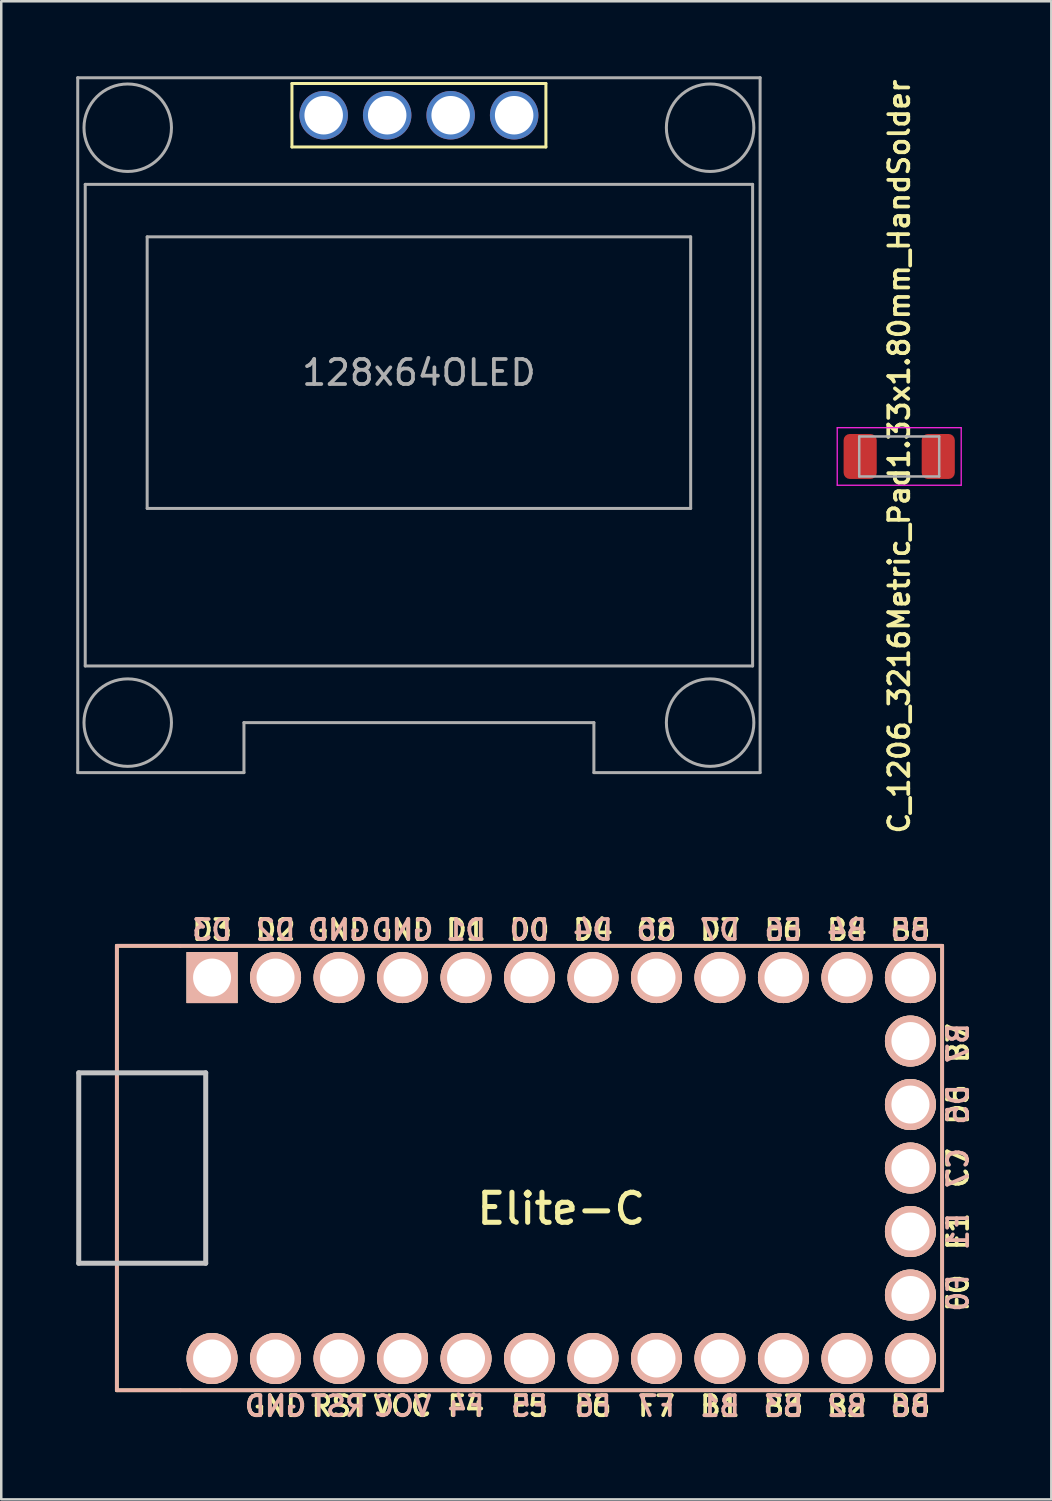
<source format=kicad_pcb>
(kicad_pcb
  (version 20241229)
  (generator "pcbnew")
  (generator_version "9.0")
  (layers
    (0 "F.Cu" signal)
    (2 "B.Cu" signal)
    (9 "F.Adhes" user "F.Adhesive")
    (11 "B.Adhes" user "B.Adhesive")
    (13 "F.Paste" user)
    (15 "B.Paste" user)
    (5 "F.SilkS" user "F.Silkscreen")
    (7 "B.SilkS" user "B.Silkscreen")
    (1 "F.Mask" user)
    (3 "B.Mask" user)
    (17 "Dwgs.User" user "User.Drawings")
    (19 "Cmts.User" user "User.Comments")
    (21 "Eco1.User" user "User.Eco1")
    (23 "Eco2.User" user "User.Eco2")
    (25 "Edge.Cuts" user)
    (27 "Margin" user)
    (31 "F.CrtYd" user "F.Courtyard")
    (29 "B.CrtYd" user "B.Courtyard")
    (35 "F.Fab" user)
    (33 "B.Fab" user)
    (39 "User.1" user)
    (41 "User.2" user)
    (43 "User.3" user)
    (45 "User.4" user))
  (footprint "128x64OLED"
    (layer "F.Cu")
    (at 13.71 13.96)
    (property "Reference" "128x64OLED" (at 0 -2.102 0) (layer "F.Fab") (effects (font (size 1 1) (thickness 0.15))))
    (attr through_hole)
    (fp_line (start -5.08 -13.67) (end 5.08 -13.67) (stroke (width 0.12) (type solid)) (layer "F.SilkS"))
    (fp_line (start -5.08 -11.13) (end -5.08 -13.67) (stroke (width 0.12) (type solid)) (layer "F.SilkS"))
    (fp_line (start 5.08 -13.67) (end 5.08 -11.13) (stroke (width 0.12) (type solid)) (layer "F.SilkS"))
    (fp_line (start 5.08 -11.13) (end -5.08 -11.13) (stroke (width 0.12) (type solid)) (layer "F.SilkS"))
    (fp_line (start -13.65 -13.9) (end 13.65 -13.9) (stroke (width 0.12) (type solid)) (layer "F.Fab"))
    (fp_line (start -13.65 13.9) (end -13.65 -13.9) (stroke (width 0.12) (type solid)) (layer "F.Fab"))
    (fp_line (start -13.65 13.9) (end -7 13.9) (stroke (width 0.12) (type solid)) (layer "F.Fab"))
    (fp_line (start -13.35 -9.634) (end 13.35 -9.634) (stroke (width 0.12) (type solid)) (layer "F.Fab"))
    (fp_line (start -13.35 9.634) (end -13.35 -9.634) (stroke (width 0.12) (type solid)) (layer "F.Fab"))
    (fp_line (start -13.35 9.634) (end 13.35 9.634) (stroke (width 0.12) (type solid)) (layer "F.Fab"))
    (fp_line (start -10.872 -7.534) (end -10.872 3.33) (stroke (width 0.12) (type solid)) (layer "F.Fab"))
    (fp_line (start -10.872 -7.534) (end 10.872 -7.534) (stroke (width 0.12) (type solid)) (layer "F.Fab"))
    (fp_line (start -7 11.9) (end -7 13.9) (stroke (width 0.12) (type solid)) (layer "F.Fab"))
    (fp_line (start 7 11.9) (end -7 11.9) (stroke (width 0.12) (type solid)) (layer "F.Fab"))
    (fp_line (start 7 11.9) (end 7 13.9) (stroke (width 0.12) (type solid)) (layer "F.Fab"))
    (fp_line (start 10.872 3.33) (end -10.872 3.33) (stroke (width 0.12) (type solid)) (layer "F.Fab"))
    (fp_line (start 10.872 3.33) (end 10.872 -7.534) (stroke (width 0.12) (type solid)) (layer "F.Fab"))
    (fp_line (start 13.35 9.634) (end 13.35 -9.634) (stroke (width 0.12) (type solid)) (layer "F.Fab"))
    (fp_line (start 13.65 13.9) (end 7 13.9) (stroke (width 0.12) (type solid)) (layer "F.Fab"))
    (fp_line (start 13.65 13.9) (end 13.65 -13.9) (stroke (width 0.12) (type solid)) (layer "F.Fab"))
    (fp_circle (center -11.65 -11.9) (end -9.9 -11.9) (stroke (width 0.12) (type solid)) (fill no) (layer "F.Fab"))
    (fp_circle (center -11.65 11.9) (end -9.9 11.9) (stroke (width 0.12) (type solid)) (fill no) (layer "F.Fab"))
    (fp_circle (center 11.65 -11.9) (end 13.4 -11.9) (stroke (width 0.12) (type solid)) (fill no) (layer "F.Fab"))
    (fp_circle (center 11.65 11.9) (end 13.4 11.9) (stroke (width 0.12) (type solid)) (fill no) (layer "F.Fab"))
    (pad "1" thru_hole circle (at 3.81 -12.4 90) (size 1.94 1.94) (drill 1.54) (layers "*.Cu" "*.Mask"))
    (pad "2" thru_hole circle (at 1.27 -12.4 90) (size 1.94 1.94) (drill 1.54) (layers "*.Cu" "*.Mask"))
    (pad "3" thru_hole circle (at -1.27 -12.4 90) (size 1.94 1.94) (drill 1.54) (layers "*.Cu" "*.Mask"))
    (pad "4" thru_hole circle (at -3.81 -12.4 90) (size 1.94 1.94) (drill 1.54) (layers "*.Cu" "*.Mask")))
  (footprint "C_1206_3216Metric_Pad1.33x1.80mm_HandSolder"
    (layer "F.Cu")
    (at 32.925 15.212)
    (property "Reference" "C_1206_3216Metric_Pad1.33x1.80mm_HandSolder" (at 0 0 90) (layer "F.SilkS") (effects (font (size 0.8 0.8) (thickness 0.15))))
    (attr smd)
    (fp_line (start -2.48 -1.15) (end 2.48 -1.15) (stroke (width 0.05) (type solid)) (layer "F.CrtYd"))
    (fp_line (start -2.48 1.15) (end -2.48 -1.15) (stroke (width 0.05) (type solid)) (layer "F.CrtYd"))
    (fp_line (start 2.48 -1.15) (end 2.48 1.15) (stroke (width 0.05) (type solid)) (layer "F.CrtYd"))
    (fp_line (start 2.48 1.15) (end -2.48 1.15) (stroke (width 0.05) (type solid)) (layer "F.CrtYd"))
    (fp_line (start -1.6 -0.8) (end 1.6 -0.8) (stroke (width 0.1) (type solid)) (layer "F.Fab"))
    (fp_line (start -1.6 0.8) (end -1.6 -0.8) (stroke (width 0.1) (type solid)) (layer "F.Fab"))
    (fp_line (start 1.6 -0.8) (end 1.6 0.8) (stroke (width 0.1) (type solid)) (layer "F.Fab"))
    (fp_line (start 1.6 0.8) (end -1.6 0.8) (stroke (width 0.1) (type solid)) (layer "F.Fab"))
    (pad "1" smd roundrect (at -1.562 0) (size 1.325 1.8) (layers "F.Cu" "F.Mask" "F.Paste") (roundrect_rratio 0.189))
    (pad "2" smd roundrect (at 1.562 0) (size 1.325 1.8) (layers "F.Cu" "F.Mask" "F.Paste") (roundrect_rratio 0.189)))
  (footprint "Elite-C"
    (layer "F.Cu")
    (at 19.404 43.68)
    (property "Reference" "Elite-C" (at 0 1.625 0) (layer "F.SilkS") (effects (font (size 1.2 1.2) (thickness 0.203))))
    (attr through_hole)
    (fp_line (start -17.78 -8.89) (end 15.24 -8.89) (stroke (width 0.15) (type solid)) (layer "F.SilkS"))
    (fp_line (start -17.78 8.89) (end -17.78 -8.89) (stroke (width 0.15) (type solid)) (layer "F.SilkS"))
    (fp_line (start 15.24 -8.89) (end 15.24 8.89) (stroke (width 0.15) (type solid)) (layer "F.SilkS"))
    (fp_line (start 15.24 8.89) (end -17.78 8.89) (stroke (width 0.15) (type solid)) (layer "F.SilkS"))
    (fp_line (start -17.78 -8.89) (end -15.24 -8.89) (stroke (width 0.15) (type solid)) (layer "B.SilkS"))
    (fp_line (start -17.78 8.89) (end -17.78 -8.89) (stroke (width 0.15) (type solid)) (layer "B.SilkS"))
    (fp_line (start -15.24 -8.89) (end 15.24 -8.89) (stroke (width 0.15) (type solid)) (layer "B.SilkS"))
    (fp_line (start -15.24 8.89) (end -17.78 8.89) (stroke (width 0.15) (type solid)) (layer "B.SilkS"))
    (fp_line (start 15.24 -8.89) (end 15.24 8.89) (stroke (width 0.15) (type solid)) (layer "B.SilkS"))
    (fp_line (start 15.24 8.89) (end -15.24 8.89) (stroke (width 0.15) (type solid)) (layer "B.SilkS"))
    (fp_line (start -19.304 -3.81) (end -19.304 3.81) (stroke (width 0.2) (type solid)) (layer "Dwgs.User"))
    (fp_line (start -19.304 3.81) (end -14.224 3.81) (stroke (width 0.2) (type solid)) (layer "Dwgs.User"))
    (fp_line (start -14.224 -3.81) (end -19.304 -3.81) (stroke (width 0.2) (type solid)) (layer "Dwgs.User"))
    (fp_line (start -14.224 3.81) (end -14.224 -3.81) (stroke (width 0.2) (type solid)) (layer "Dwgs.User"))
    (fp_text user "D2" (at -11.43 -9.525 0) (layer "F.SilkS") (effects (font (size 0.8 0.8) (thickness 0.15))))
    (fp_text user "F4" (at -3.81 9.525 0) (layer "F.SilkS") (effects (font (size 0.8 0.8) (thickness 0.15))))
    (fp_text user "B7" (at 15.875 -5 90) (layer "F.SilkS") (effects (font (size 0.8 0.8) (thickness 0.15))))
    (fp_text user "B2" (at 11.43 9.525 0) (layer "F.SilkS") (effects (font (size 0.8 0.8) (thickness 0.15))))
    (fp_text user "F6" (at 1.27 9.525 0) (layer "F.SilkS") (effects (font (size 0.8 0.8) (thickness 0.15))))
    (fp_text user "F0" (at 15.875 5 90) (layer "F.SilkS") (effects (font (size 0.8 0.8) (thickness 0.15))))
    (fp_text user "C7" (at 15.875 0 90) (layer "F.SilkS") (effects (font (size 0.8 0.8) (thickness 0.15))))
    (fp_text user "D0" (at -1.27 -9.525 0) (layer "F.SilkS") (effects (font (size 0.8 0.8) (thickness 0.15))))
    (fp_text user "D4" (at 1.27 -9.525 0) (layer "F.SilkS") (effects (font (size 0.8 0.8) (thickness 0.15))))
    (fp_text user "B4" (at 11.43 -9.525 0) (layer "F.SilkS") (effects (font (size 0.8 0.8) (thickness 0.15))))
    (fp_text user "GND" (at -8.89 -9.525 0) (layer "F.SilkS") (effects (font (size 0.8 0.8) (thickness 0.15))))
    (fp_text user "B3" (at 8.89 9.525 0) (layer "F.SilkS") (effects (font (size 0.8 0.8) (thickness 0.15))))
    (fp_text user "GND" (at -11.43 9.525 0) (layer "F.SilkS") (effects (font (size 0.8 0.8) (thickness 0.15))))
    (fp_text user "B6" (at 13.97 9.525 0) (layer "F.SilkS") (effects (font (size 0.8 0.8) (thickness 0.15))))
    (fp_text user "GND" (at -6.35 -9.525 0) (layer "F.SilkS") (effects (font (size 0.8 0.8) (thickness 0.15))))
    (fp_text user "B1" (at 6.35 9.525 0) (layer "F.SilkS") (effects (font (size 0.8 0.8) (thickness 0.15))))
    (fp_text user "B5" (at 13.97 -9.525 0) (layer "F.SilkS") (effects (font (size 0.8 0.8) (thickness 0.15))))
    (fp_text user "F5" (at -1.27 9.525 0) (layer "F.SilkS") (effects (font (size 0.8 0.8) (thickness 0.15))))
    (fp_text user "E6" (at 8.89 -9.525 0) (layer "F.SilkS") (effects (font (size 0.8 0.8) (thickness 0.15))))
    (fp_text user "C6" (at 3.81 -9.525 0) (layer "F.SilkS") (effects (font (size 0.8 0.8) (thickness 0.15))))
    (fp_text user "F7" (at 3.81 9.525 0) (layer "F.SilkS") (effects (font (size 0.8 0.8) (thickness 0.15))))
    (fp_text user "D1" (at -3.81 -9.525 0) (layer "F.SilkS") (effects (font (size 0.8 0.8) (thickness 0.15))))
    (fp_text user "F1" (at 15.875 2.54 90) (layer "F.SilkS") (effects (font (size 0.8 0.8) (thickness 0.15))))
    (fp_text user "D7" (at 6.35 -9.525 0) (layer "F.SilkS") (effects (font (size 0.8 0.8) (thickness 0.15))))
    (fp_text user "RST" (at -8.89 9.525 0) (layer "F.SilkS") (effects (font (size 0.8 0.8) (thickness 0.15))))
    (fp_text user "D3" (at -13.97 -9.525 0) (layer "F.SilkS") (effects (font (size 0.8 0.8) (thickness 0.15))))
    (fp_text user "D5" (at 15.875 -2.54 90) (layer "F.SilkS") (effects (font (size 0.8 0.8) (thickness 0.15))))
    (fp_text user "VCC" (at -6.35 9.525 0) (layer "F.SilkS") (effects (font (size 0.8 0.8) (thickness 0.15))))
    (fp_text user "F0" (at 15.875 5 90) (layer "B.SilkS") (effects (font (size 0.8 0.8) (thickness 0.15)) (justify mirror)))
    (fp_text user "D0" (at -1.27 -9.525 0) (layer "B.SilkS") (effects (font (size 0.8 0.8) (thickness 0.15)) (justify mirror)))
    (fp_text user "D4" (at 1.27 -9.525 0) (layer "B.SilkS") (effects (font (size 0.8 0.8) (thickness 0.15)) (justify mirror)))
    (fp_text user "B7" (at 15.875 -5 90) (layer "B.SilkS") (effects (font (size 0.8 0.8) (thickness 0.15)) (justify mirror)))
    (fp_text user "D1" (at -3.81 -9.525 0) (layer "B.SilkS") (effects (font (size 0.8 0.8) (thickness 0.15)) (justify mirror)))
    (fp_text user "D5" (at 15.875 -2.54 90) (layer "B.SilkS") (effects (font (size 0.8 0.8) (thickness 0.15)) (justify mirror)))
    (fp_text user "F5" (at -1.27 9.525 0) (layer "B.SilkS") (effects (font (size 0.8 0.8) (thickness 0.15)) (justify mirror)))
    (fp_text user "F1" (at 15.875 2.54 90) (layer "B.SilkS") (effects (font (size 0.8 0.8) (thickness 0.15)) (justify mirror)))
    (fp_text user "B5" (at 13.97 -9.525 0) (layer "B.SilkS") (effects (font (size 0.8 0.8) (thickness 0.15)) (justify mirror)))
    (fp_text user "GND" (at -8.89 -9.525 0) (layer "B.SilkS") (effects (font (size 0.8 0.8) (thickness 0.15)) (justify mirror)))
    (fp_text user "F7" (at 3.81 9.525 0) (layer "B.SilkS") (effects (font (size 0.8 0.8) (thickness 0.15)) (justify mirror)))
    (fp_text user "E6" (at 8.89 -9.525 0) (layer "B.SilkS") (effects (font (size 0.8 0.8) (thickness 0.15)) (justify mirror)))
    (fp_text user "C7" (at 15.875 0 90) (layer "B.SilkS") (effects (font (size 0.8 0.8) (thickness 0.15)) (justify mirror)))
    (fp_text user "GND" (at -11.43 9.525 0) (layer "B.SilkS") (effects (font (size 0.8 0.8) (thickness 0.15)) (justify mirror)))
    (fp_text user "B4" (at 11.43 -9.525 0) (layer "B.SilkS") (effects (font (size 0.8 0.8) (thickness 0.15)) (justify mirror)))
    (fp_text user "D3" (at -13.97 -9.525 0) (layer "B.SilkS") (effects (font (size 0.8 0.8) (thickness 0.15)) (justify mirror)))
    (fp_text user "B2" (at 11.43 9.525 0) (layer "B.SilkS") (effects (font (size 0.8 0.8) (thickness 0.15)) (justify mirror)))
    (fp_text user "B1" (at 6.35 9.525 0) (layer "B.SilkS") (effects (font (size 0.8 0.8) (thickness 0.15)) (justify mirror)))
    (fp_text user "F4" (at -3.81 9.525 0) (layer "B.SilkS") (effects (font (size 0.8 0.8) (thickness 0.15)) (justify mirror)))
    (fp_text user "B3" (at 8.89 9.525 0) (layer "B.SilkS") (effects (font (size 0.8 0.8) (thickness 0.15)) (justify mirror)))
    (fp_text user "C6" (at 3.81 -9.525 0) (layer "B.SilkS") (effects (font (size 0.8 0.8) (thickness 0.15)) (justify mirror)))
    (fp_text user "VCC" (at -6.35 9.525 0) (layer "B.SilkS") (effects (font (size 0.8 0.8) (thickness 0.15)) (justify mirror)))
    (fp_text user "D7" (at 6.35 -9.525 0) (layer "B.SilkS") (effects (font (size 0.8 0.8) (thickness 0.15)) (justify mirror)))
    (fp_text user "F6" (at 1.27 9.525 0) (layer "B.SilkS") (effects (font (size 0.8 0.8) (thickness 0.15)) (justify mirror)))
    (fp_text user "B6" (at 13.97 9.525 0) (layer "B.SilkS") (effects (font (size 0.8 0.8) (thickness 0.15)) (justify mirror)))
    (fp_text user "D2" (at -11.43 -9.525 0) (layer "B.SilkS") (effects (font (size 0.8 0.8) (thickness 0.15)) (justify mirror)))
    (fp_text user "GND" (at -6.35 -9.525 0) (layer "B.SilkS") (effects (font (size 0.8 0.8) (thickness 0.15)) (justify mirror)))
    (fp_text user "RST" (at -8.92 9.525 0) (layer "B.SilkS") (effects (font (size 0.8 0.8) (thickness 0.15)) (justify mirror)))
    (pad "1" thru_hole rect (at -13.97 -7.62) (size 2.04 2.04) (drill 1.52) (layers "*.Cu" "*.SilkS" "*.Mask"))
    (pad "2" thru_hole circle (at -11.43 -7.62) (size 2.04 2.04) (drill 1.52) (layers "*.Cu" "*.SilkS" "*.Mask"))
    (pad "3" thru_hole circle (at -8.89 -7.62) (size 2.04 2.04) (drill 1.52) (layers "*.Cu" "*.SilkS" "*.Mask"))
    (pad "4" thru_hole circle (at -6.35 -7.62) (size 2.04 2.04) (drill 1.52) (layers "*.Cu" "*.SilkS" "*.Mask"))
    (pad "5" thru_hole circle (at -3.81 -7.62) (size 2.04 2.04) (drill 1.52) (layers "*.Cu" "*.SilkS" "*.Mask"))
    (pad "6" thru_hole circle (at -1.27 -7.62) (size 2.04 2.04) (drill 1.52) (layers "*.Cu" "*.SilkS" "*.Mask"))
    (pad "7" thru_hole circle (at 1.27 -7.62) (size 2.04 2.04) (drill 1.52) (layers "*.Cu" "*.SilkS" "*.Mask"))
    (pad "8" thru_hole circle (at 3.81 -7.62) (size 2.04 2.04) (drill 1.52) (layers "*.Cu" "*.SilkS" "*.Mask"))
    (pad "9" thru_hole circle (at 6.35 -7.62) (size 2.04 2.04) (drill 1.52) (layers "*.Cu" "*.SilkS" "*.Mask"))
    (pad "10" thru_hole circle (at 8.89 -7.62) (size 2.04 2.04) (drill 1.52) (layers "*.Cu" "*.SilkS" "*.Mask"))
    (pad "11" thru_hole circle (at 11.43 -7.62) (size 2.04 2.04) (drill 1.52) (layers "*.Cu" "*.SilkS" "*.Mask"))
    (pad "12" thru_hole circle (at 13.97 -7.62) (size 2.04 2.04) (drill 1.52) (layers "*.Cu" "*.SilkS" "*.Mask"))
    (pad "13" thru_hole circle (at 13.97 7.62) (size 2.04 2.04) (drill 1.52) (layers "*.Cu" "*.SilkS" "*.Mask"))
    (pad "14" thru_hole circle (at 11.43 7.62) (size 2.04 2.04) (drill 1.52) (layers "*.Cu" "*.SilkS" "*.Mask"))
    (pad "15" thru_hole circle (at 8.89 7.62) (size 2.04 2.04) (drill 1.52) (layers "*.Cu" "*.SilkS" "*.Mask"))
    (pad "16" thru_hole circle (at 6.35 7.62) (size 2.04 2.04) (drill 1.52) (layers "*.Cu" "*.SilkS" "*.Mask"))
    (pad "17" thru_hole circle (at 3.81 7.62) (size 2.04 2.04) (drill 1.52) (layers "*.Cu" "*.SilkS" "*.Mask"))
    (pad "18" thru_hole circle (at 1.27 7.62) (size 2.04 2.04) (drill 1.52) (layers "*.Cu" "*.SilkS" "*.Mask"))
    (pad "19" thru_hole circle (at -1.27 7.62) (size 2.04 2.04) (drill 1.52) (layers "*.Cu" "*.SilkS" "*.Mask"))
    (pad "20" thru_hole circle (at -3.81 7.62) (size 2.04 2.04) (drill 1.52) (layers "*.Cu" "*.SilkS" "*.Mask"))
    (pad "21" thru_hole circle (at -6.35 7.62) (size 2.04 2.04) (drill 1.52) (layers "*.Cu" "*.SilkS" "*.Mask"))
    (pad "22" thru_hole circle (at -8.89 7.62) (size 2.04 2.04) (drill 1.52) (layers "*.Cu" "*.SilkS" "*.Mask"))
    (pad "23" thru_hole circle (at -11.43 7.62) (size 2.04 2.04) (drill 1.52) (layers "*.Cu" "*.SilkS" "*.Mask"))
    (pad "24" thru_hole circle (at -13.97 7.62) (size 2.04 2.04) (drill 1.52) (layers "*.Cu" "*.SilkS" "*.Mask"))
    (pad "25" thru_hole circle (at 13.97 -5.08) (size 2.04 2.04) (drill 1.52) (layers "*.Cu" "*.SilkS" "*.Mask"))
    (pad "26" thru_hole circle (at 13.97 -2.54) (size 2.04 2.04) (drill 1.52) (layers "*.Cu" "*.SilkS" "*.Mask"))
    (pad "27" thru_hole circle (at 13.97 0) (size 2.04 2.04) (drill 1.52) (layers "*.Cu" "*.SilkS" "*.Mask"))
    (pad "28" thru_hole circle (at 13.97 2.54) (size 2.04 2.04) (drill 1.52) (layers "*.Cu" "*.SilkS" "*.Mask"))
    (pad "29" thru_hole circle (at 13.97 5.08) (size 2.04 2.04) (drill 1.52) (layers "*.Cu" "*.SilkS" "*.Mask")))
  (gr_rect
    (start -3 -3)
    (end 39.01 56.936)
    (stroke (width 0.1) (type default))
    (fill no)
    (layer "Edge.Cuts")))
</source>
